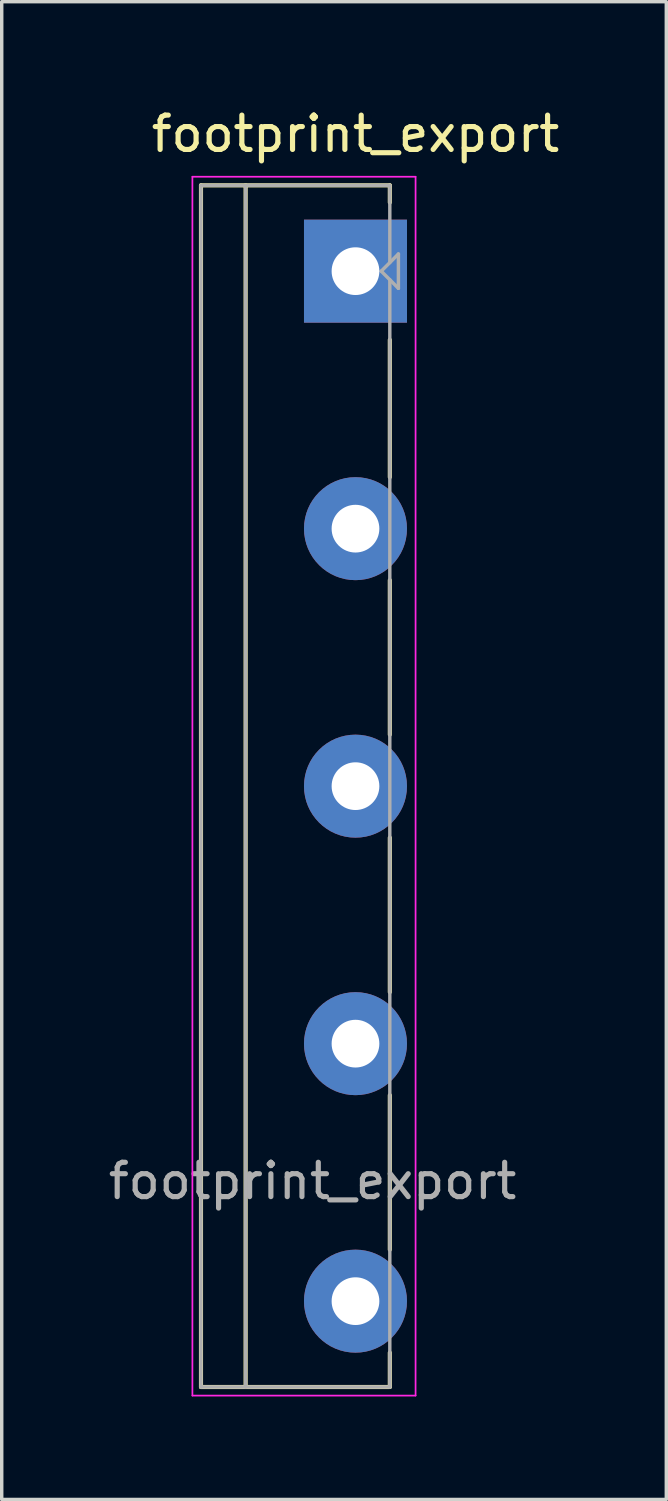
<source format=kicad_pcb>
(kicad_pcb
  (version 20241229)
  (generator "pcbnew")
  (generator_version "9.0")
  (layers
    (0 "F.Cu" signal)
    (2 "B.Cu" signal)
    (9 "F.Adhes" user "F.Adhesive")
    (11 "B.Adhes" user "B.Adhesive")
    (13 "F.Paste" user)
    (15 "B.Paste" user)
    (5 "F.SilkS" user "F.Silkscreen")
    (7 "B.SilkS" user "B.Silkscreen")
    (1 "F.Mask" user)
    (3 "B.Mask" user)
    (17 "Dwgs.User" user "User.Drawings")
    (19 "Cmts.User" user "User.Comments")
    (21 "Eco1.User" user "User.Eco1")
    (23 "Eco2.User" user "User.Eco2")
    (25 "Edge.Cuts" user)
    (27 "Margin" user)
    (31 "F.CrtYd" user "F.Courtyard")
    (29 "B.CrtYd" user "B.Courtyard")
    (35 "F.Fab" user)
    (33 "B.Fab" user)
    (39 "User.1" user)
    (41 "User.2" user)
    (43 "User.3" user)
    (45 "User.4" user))
  (footprint "footprint_export"
    (layer "F.Cu")
    (at 7.304 4.848)
    (property "Reference" "footprint_export" (at 0 -4 0) (layer "F.SilkS") (effects (font (size 1 1) (thickness 0.15))))
    (attr through_hole)
    (fp_line (start -4.5 -2.5) (end -4.5 32.5) (stroke (width 0.12) (type solid)) (layer "F.SilkS"))
    (fp_line (start -3.2 -2.5) (end -3.2 32.5) (stroke (width 0.12) (type solid)) (layer "F.SilkS"))
    (fp_line (start 1 -2.5) (end -4.5 -2.5) (stroke (width 0.12) (type solid)) (layer "F.SilkS"))
    (fp_line (start 1 -2.5) (end 1 -2) (stroke (width 0.12) (type solid)) (layer "F.SilkS"))
    (fp_line (start 1 2) (end 1 6) (stroke (width 0.12) (type solid)) (layer "F.SilkS"))
    (fp_line (start 1 9) (end 1 13.5) (stroke (width 0.12) (type solid)) (layer "F.SilkS"))
    (fp_line (start 1 16.5) (end 1 21) (stroke (width 0.12) (type solid)) (layer "F.SilkS"))
    (fp_line (start 1 24) (end 1 28.5) (stroke (width 0.12) (type solid)) (layer "F.SilkS"))
    (fp_line (start 1 31.5) (end 1 32.5) (stroke (width 0.12) (type solid)) (layer "F.SilkS"))
    (fp_line (start 1 32.5) (end -4.5 32.5) (stroke (width 0.12) (type solid)) (layer "F.SilkS"))
    (fp_line (start -4.75 -2.75) (end -4.75 32.75) (stroke (width 0.05) (type solid)) (layer "F.CrtYd"))
    (fp_line (start -4.75 32.75) (end 1.75 32.75) (stroke (width 0.05) (type solid)) (layer "F.CrtYd"))
    (fp_line (start 1.75 -2.75) (end -4.75 -2.75) (stroke (width 0.05) (type solid)) (layer "F.CrtYd"))
    (fp_line (start 1.75 32.75) (end 1.75 -2.75) (stroke (width 0.05) (type solid)) (layer "F.CrtYd"))
    (fp_line (start -4.5 -2.5) (end -4.5 32.5) (stroke (width 0.1) (type solid)) (layer "F.Fab"))
    (fp_line (start -4.5 32.5) (end 1 32.5) (stroke (width 0.1) (type solid)) (layer "F.Fab"))
    (fp_line (start -3.2 32.5) (end -3.2 -2.5) (stroke (width 0.1) (type solid)) (layer "F.Fab"))
    (fp_line (start 0.75 0) (end 1.25 -0.5) (stroke (width 0.1) (type solid)) (layer "F.Fab"))
    (fp_line (start 1 -2.5) (end -4.5 -2.5) (stroke (width 0.1) (type solid)) (layer "F.Fab"))
    (fp_line (start 1 -0.25) (end 1 -2.5) (stroke (width 0.1) (type solid)) (layer "F.Fab"))
    (fp_line (start 1 0.25) (end 1 32.5) (stroke (width 0.1) (type solid)) (layer "F.Fab"))
    (fp_line (start 1.25 -0.5) (end 1.25 0.5) (stroke (width 0.1) (type solid)) (layer "F.Fab"))
    (fp_line (start 1.25 0.5) (end 0.75 0) (stroke (width 0.1) (type solid)) (layer "F.Fab"))
    (fp_text user "${REFERENCE}" (at -1.25 26.5 0) (layer "F.Fab") (effects (font (size 1 1) (thickness 0.15))))
    (pad "1" thru_hole rect (at 0 0) (size 3 3) (drill 1.39) (layers "*.Cu" "*.Mask"))
    (pad "2" thru_hole circle (at 0 7.5) (size 3 3) (drill 1.39) (layers "*.Cu" "*.Mask"))
    (pad "3" thru_hole circle (at 0 15) (size 3 3) (drill 1.39) (layers "*.Cu" "*.Mask"))
    (pad "4" thru_hole circle (at 0 22.5) (size 3 3) (drill 1.39) (layers "*.Cu" "*.Mask"))
    (pad "5" thru_hole circle (at 0 30) (size 3 3) (drill 1.39) (layers "*.Cu" "*.Mask")))
  (gr_rect
    (start -3 -3)
    (end 16.357 40.623)
    (stroke (width 0.1) (type default))
    (fill no)
    (layer "Edge.Cuts")))
</source>
